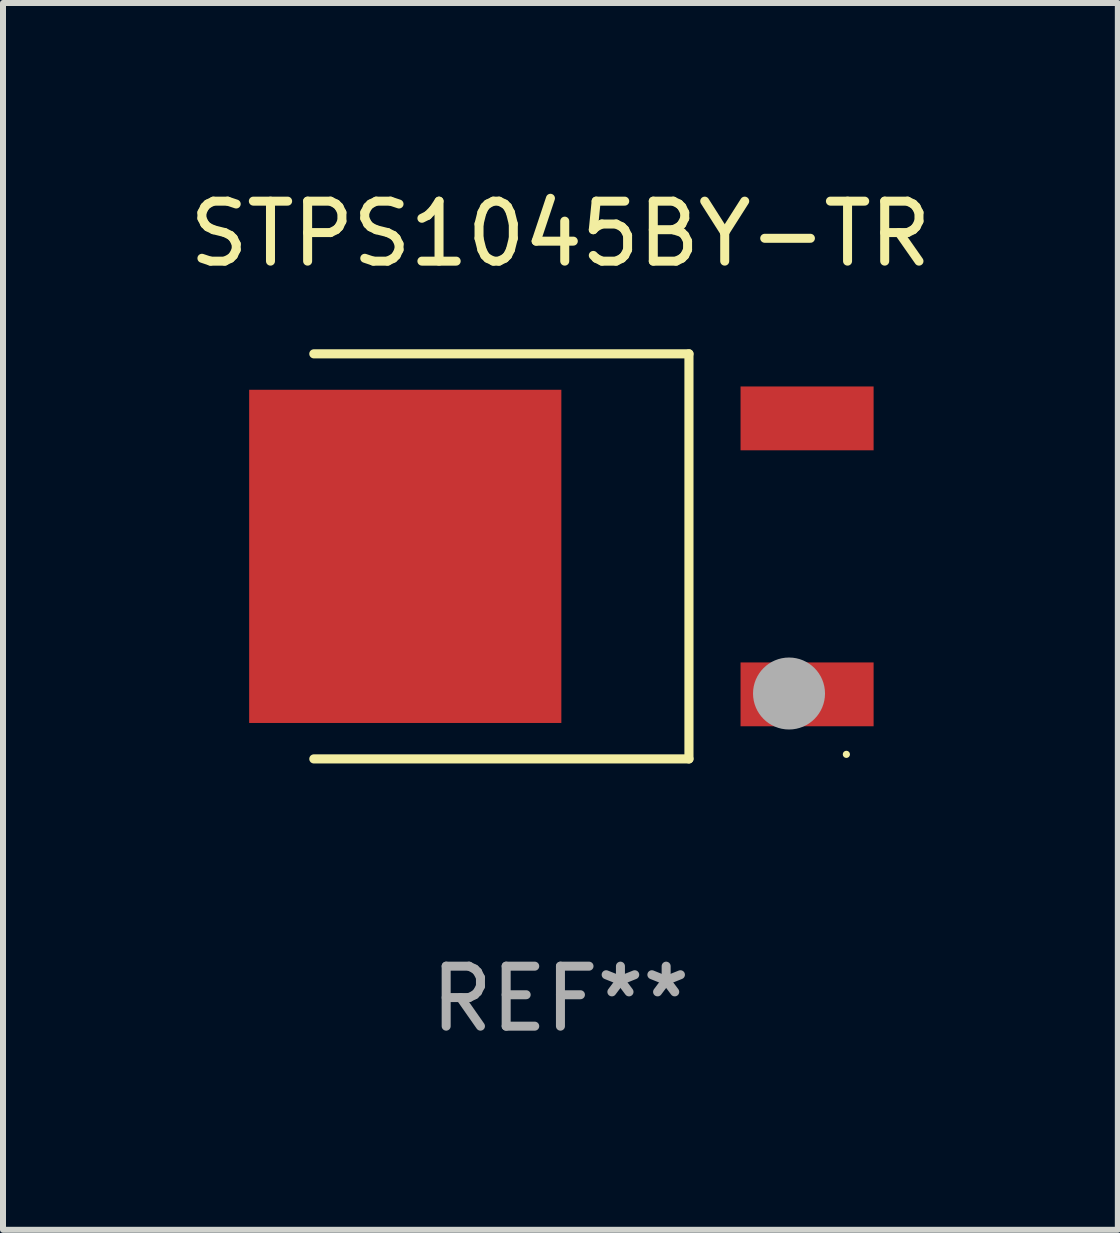
<source format=kicad_pcb>
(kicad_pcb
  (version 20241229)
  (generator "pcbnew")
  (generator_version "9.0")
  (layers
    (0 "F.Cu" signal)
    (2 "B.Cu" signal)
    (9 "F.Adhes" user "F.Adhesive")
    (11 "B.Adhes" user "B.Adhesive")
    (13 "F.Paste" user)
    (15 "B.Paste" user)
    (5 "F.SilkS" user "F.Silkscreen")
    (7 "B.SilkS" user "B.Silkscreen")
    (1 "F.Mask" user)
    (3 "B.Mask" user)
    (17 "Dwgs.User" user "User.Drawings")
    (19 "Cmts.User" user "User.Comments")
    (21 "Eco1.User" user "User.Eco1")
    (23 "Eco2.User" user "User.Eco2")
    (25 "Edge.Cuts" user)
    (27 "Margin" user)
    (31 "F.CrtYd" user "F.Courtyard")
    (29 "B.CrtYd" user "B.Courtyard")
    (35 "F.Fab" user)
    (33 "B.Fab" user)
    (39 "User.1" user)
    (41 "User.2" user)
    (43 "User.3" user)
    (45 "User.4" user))
  (footprint "STPS1045BY-TR"
    (layer "F.Cu")
    (at 6.292 6.224)
    (property "Reference" "STPS1045BY-TR" (at 0 -5.376 0) (layer "F.SilkS") (effects (font (size 1 1) (thickness 0.15))))
    (attr through_hole)
    (fp_line (start -4.111 -3.376) (end 2.142 -3.376) (stroke (width 0.152) (type solid)) (layer "F.SilkS"))
    (fp_line (start -4.111 3.376) (end 2.142 3.376) (stroke (width 0.152) (type solid)) (layer "F.SilkS"))
    (fp_line (start 2.142 3.376) (end 2.142 -3.376) (stroke (width 0.152) (type solid)) (layer "F.SilkS"))
    (fp_circle (center 4.766 3.3) (end 4.796 3.3) (stroke (width 0.06) (type solid)) (fill no) (layer "F.SilkS"))
    (fp_circle (center 3.81 2.286) (end 4.11 2.286) (stroke (width 0.6) (type solid)) (fill no) (layer "F.Fab"))
    (fp_text user "REF**" (at 0 7.376 0) (layer "F.Fab") (effects (font (size 1 1) (thickness 0.15))))
    (pad "1" smd rect (at 4.111 2.3) (size 2.218 1.064) (layers "F.Cu" "F.Mask" "F.Paste"))
    (pad "2" smd rect (at -2.587 0) (size 5.204 5.554) (layers "F.Cu" "F.Mask" "F.Paste"))
    (pad "3" smd rect (at 4.111 -2.3) (size 2.218 1.064) (layers "F.Cu" "F.Mask" "F.Paste")))
  (gr_rect
    (start -3 -3)
    (end 15.583 17.449)
    (stroke (width 0.1) (type default))
    (fill no)
    (layer "Edge.Cuts")))
</source>
